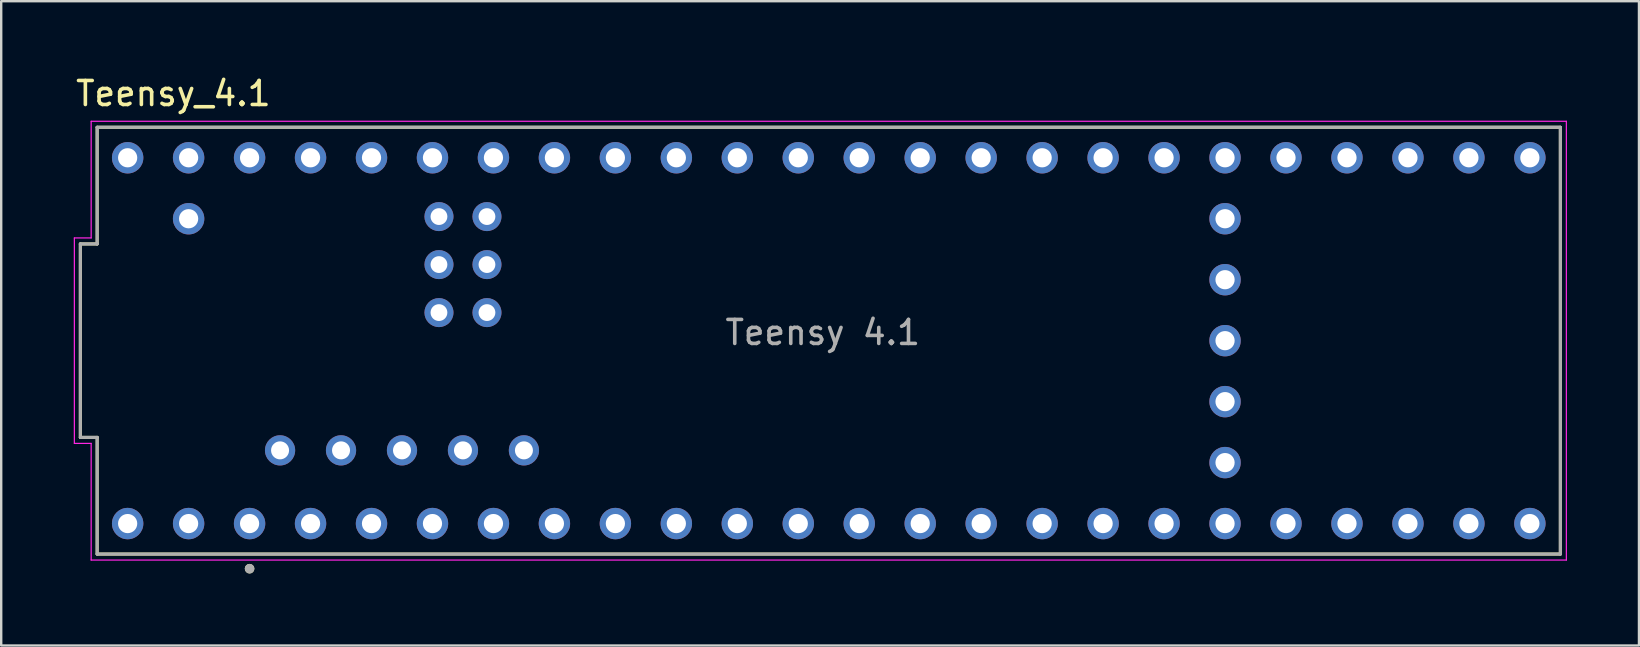
<source format=kicad_pcb>
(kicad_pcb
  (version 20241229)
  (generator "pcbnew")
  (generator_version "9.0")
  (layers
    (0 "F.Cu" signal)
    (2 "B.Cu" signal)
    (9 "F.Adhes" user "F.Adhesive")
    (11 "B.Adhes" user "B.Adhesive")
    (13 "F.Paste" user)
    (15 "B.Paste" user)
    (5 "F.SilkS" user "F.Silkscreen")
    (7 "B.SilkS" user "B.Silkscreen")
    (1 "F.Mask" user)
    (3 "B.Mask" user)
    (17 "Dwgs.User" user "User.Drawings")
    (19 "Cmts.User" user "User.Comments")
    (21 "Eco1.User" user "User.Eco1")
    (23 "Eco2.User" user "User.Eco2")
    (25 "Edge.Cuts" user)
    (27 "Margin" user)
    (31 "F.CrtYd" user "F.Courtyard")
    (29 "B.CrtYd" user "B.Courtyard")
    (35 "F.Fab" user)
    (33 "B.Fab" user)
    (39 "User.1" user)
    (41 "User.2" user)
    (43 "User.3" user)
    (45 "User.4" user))
  (footprint "Teensy_4.1"
    (layer "F.Cu")
    (at 31.478 11.143)
    (property "Reference" "Teensy_4.1" (at -27.305 -10.295 0) (layer "F.SilkS") (effects (font (size 1 1) (thickness 0.15))))
    (attr through_hole)
    (fp_line (start -31.18 4.03) (end -31.18 -4.03) (stroke (width 0.127) (type solid)) (layer "F.SilkS"))
    (fp_line (start -30.48 -8.89) (end -30.48 -4.03) (stroke (width 0.127) (type solid)) (layer "F.SilkS"))
    (fp_line (start -30.48 -8.89) (end 30.48 -8.89) (stroke (width 0.127) (type solid)) (layer "F.SilkS"))
    (fp_line (start -30.48 -4.03) (end -31.18 -4.03) (stroke (width 0.127) (type solid)) (layer "F.SilkS"))
    (fp_line (start -30.48 4.03) (end -31.18 4.03) (stroke (width 0.127) (type solid)) (layer "F.SilkS"))
    (fp_line (start -30.48 8.89) (end -30.48 4.03) (stroke (width 0.127) (type solid)) (layer "F.SilkS"))
    (fp_line (start 30.48 -8.89) (end 30.48 8.89) (stroke (width 0.127) (type solid)) (layer "F.SilkS"))
    (fp_line (start 30.48 8.89) (end -30.48 8.89) (stroke (width 0.127) (type solid)) (layer "F.SilkS"))
    (fp_circle (center -24.13 9.5) (end -24.03 9.5) (stroke (width 0.2) (type solid)) (fill no) (layer "F.SilkS"))
    (fp_line (start -31.43 4.28) (end -31.43 -4.28) (stroke (width 0.05) (type solid)) (layer "F.CrtYd"))
    (fp_line (start -30.73 -9.14) (end -30.73 -4.28) (stroke (width 0.05) (type solid)) (layer "F.CrtYd"))
    (fp_line (start -30.73 -9.14) (end 30.73 -9.14) (stroke (width 0.05) (type solid)) (layer "F.CrtYd"))
    (fp_line (start -30.73 -4.28) (end -31.43 -4.28) (stroke (width 0.05) (type solid)) (layer "F.CrtYd"))
    (fp_line (start -30.73 4.28) (end -31.43 4.28) (stroke (width 0.05) (type solid)) (layer "F.CrtYd"))
    (fp_line (start -30.73 9.14) (end -30.73 4.28) (stroke (width 0.05) (type solid)) (layer "F.CrtYd"))
    (fp_line (start 30.73 -9.14) (end 30.73 9.14) (stroke (width 0.05) (type solid)) (layer "F.CrtYd"))
    (fp_line (start 30.73 9.14) (end -30.73 9.14) (stroke (width 0.05) (type solid)) (layer "F.CrtYd"))
    (fp_line (start -31.18 4.03) (end -31.18 -4.03) (stroke (width 0.127) (type solid)) (layer "F.Fab"))
    (fp_line (start -30.48 -8.89) (end -30.48 -4.03) (stroke (width 0.127) (type solid)) (layer "F.Fab"))
    (fp_line (start -30.48 -8.89) (end 30.48 -8.89) (stroke (width 0.127) (type solid)) (layer "F.Fab"))
    (fp_line (start -30.48 -4.03) (end -31.18 -4.03) (stroke (width 0.127) (type solid)) (layer "F.Fab"))
    (fp_line (start -30.48 4.03) (end -31.18 4.03) (stroke (width 0.127) (type solid)) (layer "F.Fab"))
    (fp_line (start -30.48 8.89) (end -30.48 4.03) (stroke (width 0.127) (type solid)) (layer "F.Fab"))
    (fp_line (start 30.48 -8.89) (end 30.48 8.89) (stroke (width 0.127) (type solid)) (layer "F.Fab"))
    (fp_line (start 30.48 8.89) (end -30.48 8.89) (stroke (width 0.127) (type solid)) (layer "F.Fab"))
    (fp_circle (center -24.13 9.5) (end -24.03 9.5) (stroke (width 0.2) (type solid)) (fill no) (layer "F.Fab"))
    (fp_text user "Teensy 4.1" (at -0.25 -0.34 0) (layer "F.Fab") (effects (font (size 1 1) (thickness 0.15))))
    (pad "0" thru_hole circle (at -26.67 7.62) (size 1.308 1.308) (drill 0.8) (layers "*.Cu" "*.Mask"))
    (pad "1" thru_hole circle (at -24.13 7.62) (size 1.308 1.308) (drill 0.8) (layers "*.Cu" "*.Mask"))
    (pad "2" thru_hole circle (at -21.59 7.62) (size 1.308 1.308) (drill 0.8) (layers "*.Cu" "*.Mask"))
    (pad "3" thru_hole circle (at -19.05 7.62) (size 1.308 1.308) (drill 0.8) (layers "*.Cu" "*.Mask"))
    (pad "3.3V_1" thru_hole circle (at 6.35 7.62) (size 1.308 1.308) (drill 0.8) (layers "*.Cu" "*.Mask"))
    (pad "3.3V_2" thru_hole circle (at -24.13 -7.62) (size 1.308 1.308) (drill 0.8) (layers "*.Cu" "*.Mask"))
    (pad "3.3V_3" thru_hole circle (at 16.51 2.54) (size 1.308 1.308) (drill 0.8) (layers "*.Cu" "*.Mask"))
    (pad "4" thru_hole circle (at -16.51 7.62) (size 1.308 1.308) (drill 0.8) (layers "*.Cu" "*.Mask"))
    (pad "5" thru_hole circle (at -13.97 7.62) (size 1.308 1.308) (drill 0.8) (layers "*.Cu" "*.Mask"))
    (pad "5V" thru_hole circle (at -22.86 4.57) (size 1.258 1.258) (drill 0.75) (layers "*.Cu" "*.Mask"))
    (pad "6" thru_hole circle (at -11.43 7.62) (size 1.308 1.308) (drill 0.8) (layers "*.Cu" "*.Mask"))
    (pad "7" thru_hole circle (at -8.89 7.62) (size 1.308 1.308) (drill 0.8) (layers "*.Cu" "*.Mask"))
    (pad "8" thru_hole circle (at -6.35 7.62) (size 1.308 1.308) (drill 0.8) (layers "*.Cu" "*.Mask"))
    (pad "9" thru_hole circle (at -3.81 7.62) (size 1.308 1.308) (drill 0.8) (layers "*.Cu" "*.Mask"))
    (pad "10" thru_hole circle (at -1.27 7.62) (size 1.308 1.308) (drill 0.8) (layers "*.Cu" "*.Mask"))
    (pad "11" thru_hole circle (at 1.27 7.62) (size 1.308 1.308) (drill 0.8) (layers "*.Cu" "*.Mask"))
    (pad "12" thru_hole circle (at 3.81 7.62) (size 1.308 1.308) (drill 0.8) (layers "*.Cu" "*.Mask"))
    (pad "13" thru_hole circle (at 3.81 -7.62) (size 1.308 1.308) (drill 0.8) (layers "*.Cu" "*.Mask"))
    (pad "14" thru_hole circle (at 1.27 -7.62) (size 1.308 1.308) (drill 0.8) (layers "*.Cu" "*.Mask"))
    (pad "15" thru_hole circle (at -1.27 -7.62) (size 1.308 1.308) (drill 0.8) (layers "*.Cu" "*.Mask"))
    (pad "16" thru_hole circle (at -3.81 -7.62) (size 1.308 1.308) (drill 0.8) (layers "*.Cu" "*.Mask"))
    (pad "17" thru_hole circle (at -6.35 -7.62) (size 1.308 1.308) (drill 0.8) (layers "*.Cu" "*.Mask"))
    (pad "18" thru_hole circle (at -8.89 -7.62) (size 1.308 1.308) (drill 0.8) (layers "*.Cu" "*.Mask"))
    (pad "19" thru_hole circle (at -11.43 -7.62) (size 1.308 1.308) (drill 0.8) (layers "*.Cu" "*.Mask"))
    (pad "20" thru_hole circle (at -13.97 -7.62) (size 1.308 1.308) (drill 0.8) (layers "*.Cu" "*.Mask"))
    (pad "21" thru_hole circle (at -16.51 -7.62) (size 1.308 1.308) (drill 0.8) (layers "*.Cu" "*.Mask"))
    (pad "22" thru_hole circle (at -19.05 -7.62) (size 1.308 1.308) (drill 0.8) (layers "*.Cu" "*.Mask"))
    (pad "23" thru_hole circle (at -21.59 -7.62) (size 1.308 1.308) (drill 0.8) (layers "*.Cu" "*.Mask"))
    (pad "24" thru_hole circle (at 8.89 7.62) (size 1.308 1.308) (drill 0.8) (layers "*.Cu" "*.Mask"))
    (pad "25" thru_hole circle (at 11.43 7.62) (size 1.308 1.308) (drill 0.8) (layers "*.Cu" "*.Mask"))
    (pad "26" thru_hole circle (at 13.97 7.62) (size 1.308 1.308) (drill 0.8) (layers "*.Cu" "*.Mask"))
    (pad "27" thru_hole circle (at 16.51 7.62) (size 1.308 1.308) (drill 0.8) (layers "*.Cu" "*.Mask"))
    (pad "28" thru_hole circle (at 19.05 7.62) (size 1.308 1.308) (drill 0.8) (layers "*.Cu" "*.Mask"))
    (pad "29" thru_hole circle (at 21.59 7.62) (size 1.308 1.308) (drill 0.8) (layers "*.Cu" "*.Mask"))
    (pad "30" thru_hole circle (at 24.13 7.62) (size 1.308 1.308) (drill 0.8) (layers "*.Cu" "*.Mask"))
    (pad "31" thru_hole circle (at 26.67 7.62) (size 1.308 1.308) (drill 0.8) (layers "*.Cu" "*.Mask"))
    (pad "32" thru_hole circle (at 29.21 7.62) (size 1.308 1.308) (drill 0.8) (layers "*.Cu" "*.Mask"))
    (pad "33" thru_hole circle (at 29.21 -7.62) (size 1.308 1.308) (drill 0.8) (layers "*.Cu" "*.Mask"))
    (pad "34" thru_hole circle (at 26.67 -7.62) (size 1.308 1.308) (drill 0.8) (layers "*.Cu" "*.Mask"))
    (pad "35" thru_hole circle (at 24.13 -7.62) (size 1.308 1.308) (drill 0.8) (layers "*.Cu" "*.Mask"))
    (pad "36" thru_hole circle (at 21.59 -7.62) (size 1.308 1.308) (drill 0.8) (layers "*.Cu" "*.Mask"))
    (pad "37" thru_hole circle (at 19.05 -7.62) (size 1.308 1.308) (drill 0.8) (layers "*.Cu" "*.Mask"))
    (pad "38" thru_hole circle (at 16.51 -7.62) (size 1.308 1.308) (drill 0.8) (layers "*.Cu" "*.Mask"))
    (pad "39" thru_hole circle (at 13.97 -7.62) (size 1.308 1.308) (drill 0.8) (layers "*.Cu" "*.Mask"))
    (pad "40" thru_hole circle (at 11.43 -7.62) (size 1.308 1.308) (drill 0.8) (layers "*.Cu" "*.Mask"))
    (pad "41" thru_hole circle (at 8.89 -7.62) (size 1.308 1.308) (drill 0.8) (layers "*.Cu" "*.Mask"))
    (pad "D+" thru_hole circle (at -17.78 4.57) (size 1.258 1.258) (drill 0.75) (layers "*.Cu" "*.Mask"))
    (pad "D-" thru_hole circle (at -20.32 4.57) (size 1.258 1.258) (drill 0.75) (layers "*.Cu" "*.Mask"))
    (pad "GND1" thru_hole circle (at -29.21 7.62) (size 1.308 1.308) (drill 0.8) (layers "*.Cu" "*.Mask"))
    (pad "GND2" thru_hole circle (at 6.35 -7.62) (size 1.308 1.308) (drill 0.8) (layers "*.Cu" "*.Mask"))
    (pad "GND3" thru_hole circle (at -26.67 -7.62) (size 1.308 1.308) (drill 0.8) (layers "*.Cu" "*.Mask"))
    (pad "GND4" thru_hole circle (at 16.51 0) (size 1.308 1.308) (drill 0.8) (layers "*.Cu" "*.Mask"))
    (pad "GND5" thru_hole circle (at -14.24 -3.17) (size 1.208 1.208) (drill 0.7) (layers "*.Cu" "*.Mask"))
    (pad "LED" thru_hole circle (at -16.24 -3.17) (size 1.208 1.208) (drill 0.7) (layers "*.Cu" "*.Mask"))
    (pad "ON/OFF" thru_hole circle (at 16.51 -5.08) (size 1.308 1.308) (drill 0.8) (layers "*.Cu" "*.Mask"))
    (pad "PROGRAM" thru_hole circle (at 16.51 -2.54) (size 1.308 1.308) (drill 0.8) (layers "*.Cu" "*.Mask"))
    (pad "R+" thru_hole circle (at -16.24 -5.17) (size 1.208 1.208) (drill 0.7) (layers "*.Cu" "*.Mask"))
    (pad "R-" thru_hole circle (at -14.24 -5.17) (size 1.208 1.208) (drill 0.7) (layers "*.Cu" "*.Mask"))
    (pad "T+" thru_hole circle (at -14.24 -1.17) (size 1.208 1.208) (drill 0.7) (layers "*.Cu" "*.Mask"))
    (pad "T-" thru_hole circle (at -16.24 -1.17) (size 1.208 1.208) (drill 0.7) (layers "*.Cu" "*.Mask"))
    (pad "USB_GND1" thru_hole circle (at -15.24 4.57) (size 1.258 1.258) (drill 0.75) (layers "*.Cu" "*.Mask"))
    (pad "USB_GND2" thru_hole circle (at -12.7 4.57) (size 1.258 1.258) (drill 0.75) (layers "*.Cu" "*.Mask"))
    (pad "VBAT" thru_hole circle (at 16.51 5.08) (size 1.308 1.308) (drill 0.8) (layers "*.Cu" "*.Mask"))
    (pad "VIN" thru_hole circle (at -29.21 -7.62) (size 1.308 1.308) (drill 0.8) (layers "*.Cu" "*.Mask"))
    (pad "VUSB" thru_hole circle (at -26.67 -5.08) (size 1.308 1.308) (drill 0.8) (layers "*.Cu" "*.Mask")))
  (gr_rect
    (start -3 -3)
    (end 65.233 23.843)
    (stroke (width 0.1) (type default))
    (fill no)
    (layer "Edge.Cuts")))
</source>
